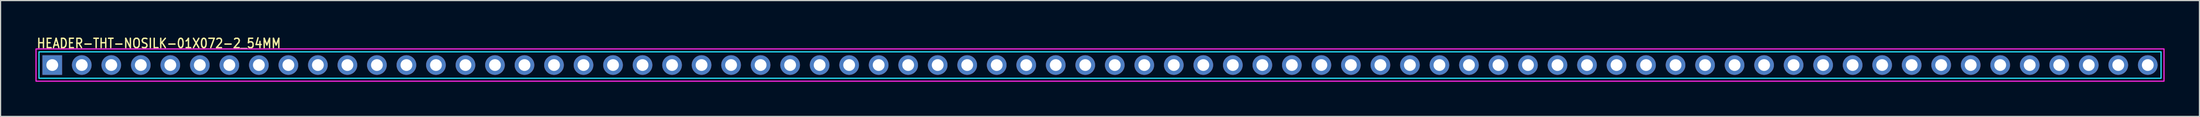
<source format=kicad_pcb>
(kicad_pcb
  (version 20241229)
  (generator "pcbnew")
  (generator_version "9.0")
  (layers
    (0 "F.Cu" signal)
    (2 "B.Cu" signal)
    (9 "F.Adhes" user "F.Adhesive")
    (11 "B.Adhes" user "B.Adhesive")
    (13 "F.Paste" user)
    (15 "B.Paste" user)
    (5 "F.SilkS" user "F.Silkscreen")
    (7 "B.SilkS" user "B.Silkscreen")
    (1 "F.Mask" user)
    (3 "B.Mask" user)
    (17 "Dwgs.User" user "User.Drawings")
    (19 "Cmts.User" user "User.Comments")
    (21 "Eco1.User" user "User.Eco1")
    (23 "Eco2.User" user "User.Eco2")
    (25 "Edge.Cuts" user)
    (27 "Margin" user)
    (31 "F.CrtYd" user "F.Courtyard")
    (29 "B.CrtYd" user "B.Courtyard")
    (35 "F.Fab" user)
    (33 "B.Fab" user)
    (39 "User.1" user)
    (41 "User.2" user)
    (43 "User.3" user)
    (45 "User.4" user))
  (footprint "HEADER-THT-NOSILK-01X072-2_54MM"
    (layer "F.Cu")
    (at 1.447 2.579)
    (property "Reference" "HEADER-THT-NOSILK-01X072-2_54MM" (at -1.4 -1.4 0) (unlocked yes) (layer "F.SilkS") (effects (font (size 0.813 0.695) (thickness 0.122)) (justify left bottom)))
    (fp_poly (pts (xy -1.143 -1.143) (xy 181.483 -1.143) (xy 181.483 1.143) (xy -1.143 1.143)) (stroke (width 0.1) (type solid)) (fill no) (layer "B.CrtYd"))
    (fp_poly (pts (xy -1.397 -1.397) (xy 181.737 -1.397) (xy 181.737 1.397) (xy -1.397 1.397)) (stroke (width 0.1) (type solid)) (fill no) (layer "F.CrtYd"))
    (pad "1" thru_hole rect (at 0 0) (size 1.693 1.693) (drill 1.016) (layers "*.Cu" "*.Mask"))
    (pad "2" thru_hole oval (at 2.54 0) (size 1.693 1.693) (drill 1.016) (layers "*.Cu" "*.Mask"))
    (pad "3" thru_hole oval (at 5.08 0) (size 1.693 1.693) (drill 1.016) (layers "*.Cu" "*.Mask"))
    (pad "4" thru_hole oval (at 7.62 0) (size 1.693 1.693) (drill 1.016) (layers "*.Cu" "*.Mask"))
    (pad "5" thru_hole oval (at 10.16 0) (size 1.693 1.693) (drill 1.016) (layers "*.Cu" "*.Mask"))
    (pad "6" thru_hole oval (at 12.7 0) (size 1.693 1.693) (drill 1.016) (layers "*.Cu" "*.Mask"))
    (pad "7" thru_hole oval (at 15.24 0) (size 1.693 1.693) (drill 1.016) (layers "*.Cu" "*.Mask"))
    (pad "8" thru_hole oval (at 17.78 0) (size 1.693 1.693) (drill 1.016) (layers "*.Cu" "*.Mask"))
    (pad "9" thru_hole oval (at 20.32 0) (size 1.693 1.693) (drill 1.016) (layers "*.Cu" "*.Mask"))
    (pad "10" thru_hole oval (at 22.86 0) (size 1.693 1.693) (drill 1.016) (layers "*.Cu" "*.Mask"))
    (pad "11" thru_hole oval (at 25.4 0) (size 1.693 1.693) (drill 1.016) (layers "*.Cu" "*.Mask"))
    (pad "12" thru_hole oval (at 27.94 0) (size 1.693 1.693) (drill 1.016) (layers "*.Cu" "*.Mask"))
    (pad "13" thru_hole oval (at 30.48 0) (size 1.693 1.693) (drill 1.016) (layers "*.Cu" "*.Mask"))
    (pad "14" thru_hole oval (at 33.02 0) (size 1.693 1.693) (drill 1.016) (layers "*.Cu" "*.Mask"))
    (pad "15" thru_hole oval (at 35.56 0) (size 1.693 1.693) (drill 1.016) (layers "*.Cu" "*.Mask"))
    (pad "16" thru_hole oval (at 38.1 0) (size 1.693 1.693) (drill 1.016) (layers "*.Cu" "*.Mask"))
    (pad "17" thru_hole oval (at 40.64 0) (size 1.693 1.693) (drill 1.016) (layers "*.Cu" "*.Mask"))
    (pad "18" thru_hole oval (at 43.18 0) (size 1.693 1.693) (drill 1.016) (layers "*.Cu" "*.Mask"))
    (pad "19" thru_hole oval (at 45.72 0) (size 1.693 1.693) (drill 1.016) (layers "*.Cu" "*.Mask"))
    (pad "20" thru_hole oval (at 48.26 0) (size 1.693 1.693) (drill 1.016) (layers "*.Cu" "*.Mask"))
    (pad "21" thru_hole oval (at 50.8 0) (size 1.693 1.693) (drill 1.016) (layers "*.Cu" "*.Mask"))
    (pad "22" thru_hole oval (at 53.34 0) (size 1.693 1.693) (drill 1.016) (layers "*.Cu" "*.Mask"))
    (pad "23" thru_hole oval (at 55.88 0) (size 1.693 1.693) (drill 1.016) (layers "*.Cu" "*.Mask"))
    (pad "24" thru_hole oval (at 58.42 0) (size 1.693 1.693) (drill 1.016) (layers "*.Cu" "*.Mask"))
    (pad "25" thru_hole oval (at 60.96 0) (size 1.693 1.693) (drill 1.016) (layers "*.Cu" "*.Mask"))
    (pad "26" thru_hole oval (at 63.5 0) (size 1.693 1.693) (drill 1.016) (layers "*.Cu" "*.Mask"))
    (pad "27" thru_hole oval (at 66.04 0) (size 1.693 1.693) (drill 1.016) (layers "*.Cu" "*.Mask"))
    (pad "28" thru_hole oval (at 68.58 0) (size 1.693 1.693) (drill 1.016) (layers "*.Cu" "*.Mask"))
    (pad "29" thru_hole oval (at 71.12 0) (size 1.693 1.693) (drill 1.016) (layers "*.Cu" "*.Mask"))
    (pad "30" thru_hole oval (at 73.66 0) (size 1.693 1.693) (drill 1.016) (layers "*.Cu" "*.Mask"))
    (pad "31" thru_hole oval (at 76.2 0) (size 1.693 1.693) (drill 1.016) (layers "*.Cu" "*.Mask"))
    (pad "32" thru_hole oval (at 78.74 0) (size 1.693 1.693) (drill 1.016) (layers "*.Cu" "*.Mask"))
    (pad "33" thru_hole oval (at 81.28 0) (size 1.693 1.693) (drill 1.016) (layers "*.Cu" "*.Mask"))
    (pad "34" thru_hole oval (at 83.82 0) (size 1.693 1.693) (drill 1.016) (layers "*.Cu" "*.Mask"))
    (pad "35" thru_hole oval (at 86.36 0) (size 1.693 1.693) (drill 1.016) (layers "*.Cu" "*.Mask"))
    (pad "36" thru_hole oval (at 88.9 0) (size 1.693 1.693) (drill 1.016) (layers "*.Cu" "*.Mask"))
    (pad "37" thru_hole oval (at 91.44 0) (size 1.693 1.693) (drill 1.016) (layers "*.Cu" "*.Mask"))
    (pad "38" thru_hole oval (at 93.98 0) (size 1.693 1.693) (drill 1.016) (layers "*.Cu" "*.Mask"))
    (pad "39" thru_hole oval (at 96.52 0) (size 1.693 1.693) (drill 1.016) (layers "*.Cu" "*.Mask"))
    (pad "40" thru_hole oval (at 99.06 0) (size 1.693 1.693) (drill 1.016) (layers "*.Cu" "*.Mask"))
    (pad "41" thru_hole oval (at 101.6 0) (size 1.693 1.693) (drill 1.016) (layers "*.Cu" "*.Mask"))
    (pad "42" thru_hole oval (at 104.14 0) (size 1.693 1.693) (drill 1.016) (layers "*.Cu" "*.Mask"))
    (pad "43" thru_hole oval (at 106.68 0) (size 1.693 1.693) (drill 1.016) (layers "*.Cu" "*.Mask"))
    (pad "44" thru_hole oval (at 109.22 0) (size 1.693 1.693) (drill 1.016) (layers "*.Cu" "*.Mask"))
    (pad "45" thru_hole oval (at 111.76 0) (size 1.693 1.693) (drill 1.016) (layers "*.Cu" "*.Mask"))
    (pad "46" thru_hole oval (at 114.3 0) (size 1.693 1.693) (drill 1.016) (layers "*.Cu" "*.Mask"))
    (pad "47" thru_hole oval (at 116.84 0) (size 1.693 1.693) (drill 1.016) (layers "*.Cu" "*.Mask"))
    (pad "48" thru_hole oval (at 119.38 0) (size 1.693 1.693) (drill 1.016) (layers "*.Cu" "*.Mask"))
    (pad "49" thru_hole oval (at 121.92 0) (size 1.693 1.693) (drill 1.016) (layers "*.Cu" "*.Mask"))
    (pad "50" thru_hole oval (at 124.46 0) (size 1.693 1.693) (drill 1.016) (layers "*.Cu" "*.Mask"))
    (pad "51" thru_hole oval (at 127 0) (size 1.693 1.693) (drill 1.016) (layers "*.Cu" "*.Mask"))
    (pad "52" thru_hole oval (at 129.54 0) (size 1.693 1.693) (drill 1.016) (layers "*.Cu" "*.Mask"))
    (pad "53" thru_hole oval (at 132.08 0) (size 1.693 1.693) (drill 1.016) (layers "*.Cu" "*.Mask"))
    (pad "54" thru_hole oval (at 134.62 0) (size 1.693 1.693) (drill 1.016) (layers "*.Cu" "*.Mask"))
    (pad "55" thru_hole oval (at 137.16 0) (size 1.693 1.693) (drill 1.016) (layers "*.Cu" "*.Mask"))
    (pad "56" thru_hole oval (at 139.7 0) (size 1.693 1.693) (drill 1.016) (layers "*.Cu" "*.Mask"))
    (pad "57" thru_hole oval (at 142.24 0) (size 1.693 1.693) (drill 1.016) (layers "*.Cu" "*.Mask"))
    (pad "58" thru_hole oval (at 144.78 0) (size 1.693 1.693) (drill 1.016) (layers "*.Cu" "*.Mask"))
    (pad "59" thru_hole oval (at 147.32 0) (size 1.693 1.693) (drill 1.016) (layers "*.Cu" "*.Mask"))
    (pad "60" thru_hole oval (at 149.86 0) (size 1.693 1.693) (drill 1.016) (layers "*.Cu" "*.Mask"))
    (pad "61" thru_hole oval (at 152.4 0) (size 1.693 1.693) (drill 1.016) (layers "*.Cu" "*.Mask"))
    (pad "62" thru_hole oval (at 154.94 0) (size 1.693 1.693) (drill 1.016) (layers "*.Cu" "*.Mask"))
    (pad "63" thru_hole oval (at 157.48 0) (size 1.693 1.693) (drill 1.016) (layers "*.Cu" "*.Mask"))
    (pad "64" thru_hole oval (at 160.02 0) (size 1.693 1.693) (drill 1.016) (layers "*.Cu" "*.Mask"))
    (pad "65" thru_hole oval (at 162.56 0) (size 1.693 1.693) (drill 1.016) (layers "*.Cu" "*.Mask"))
    (pad "66" thru_hole oval (at 165.1 0) (size 1.693 1.693) (drill 1.016) (layers "*.Cu" "*.Mask"))
    (pad "67" thru_hole oval (at 167.64 0) (size 1.693 1.693) (drill 1.016) (layers "*.Cu" "*.Mask"))
    (pad "68" thru_hole oval (at 170.18 0) (size 1.693 1.693) (drill 1.016) (layers "*.Cu" "*.Mask"))
    (pad "69" thru_hole oval (at 172.72 0) (size 1.693 1.693) (drill 1.016) (layers "*.Cu" "*.Mask"))
    (pad "70" thru_hole oval (at 175.26 0) (size 1.693 1.693) (drill 1.016) (layers "*.Cu" "*.Mask"))
    (pad "71" thru_hole oval (at 177.8 0) (size 1.693 1.693) (drill 1.016) (layers "*.Cu" "*.Mask"))
    (pad "72" thru_hole oval (at 180.34 0) (size 1.693 1.693) (drill 1.016) (layers "*.Cu" "*.Mask")))
  (gr_rect
    (start -3 -3)
    (end 186.234 7.026)
    (stroke (width 0.1) (type default))
    (fill no)
    (layer "Edge.Cuts")))
</source>
